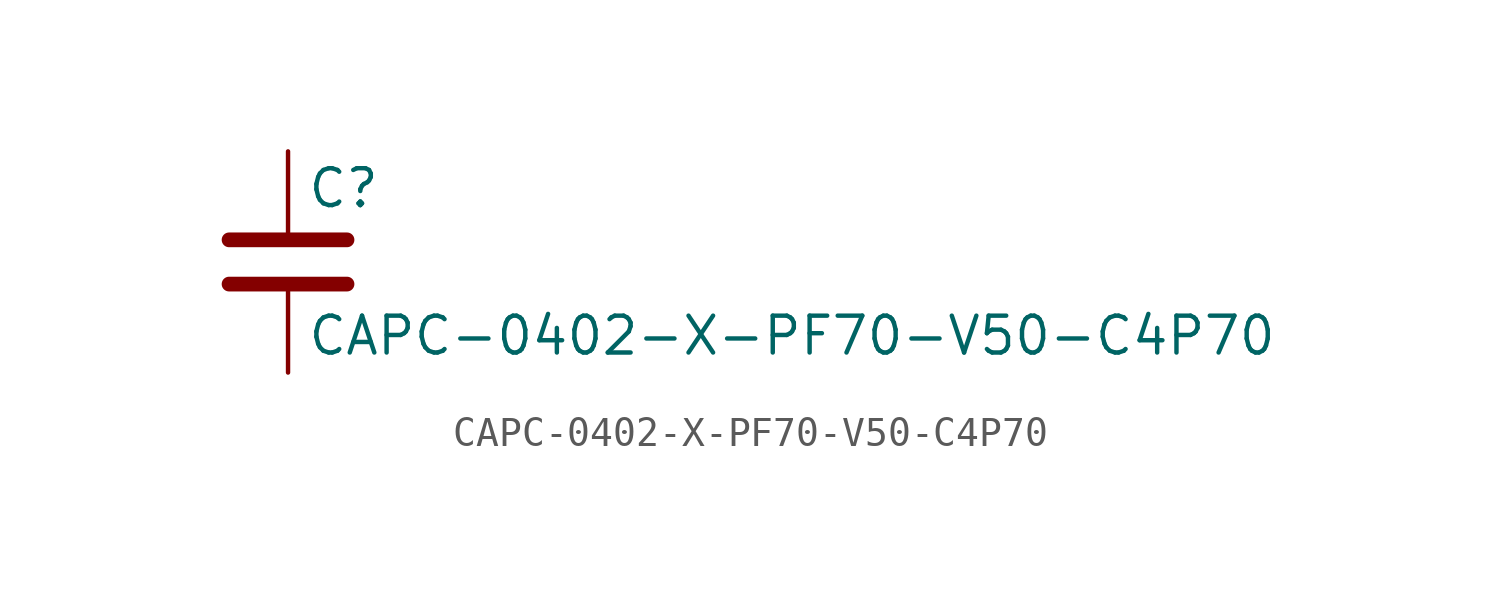
<source format=kicad_sym>
(kicad_symbol_lib
  (version 20211014)
  (generator kicad_symbol_editor)
  (symbol "CAPC-0402-X-PF70-V50-C4P70"
    (pin_numbers hide)
    (pin_names
      (offset 0.254))
    (property "Reference" "C"
      (at 0.635 2.54 0)
      (effects (font (size 1.27 1.27)) (justify left)))
    (property "Value" "CAPC-0402-X-PF70-V50-C4P70"
      (at 0.635 -2.54 0)
      (effects (font (size 1.27 1.27)) (justify left)))
    (symbol "CAPC-0402-X-PF70-V50-C4P70_0_1"
      (polyline (pts (xy -2.032 -0.762) (xy 2.032 -0.762)) (stroke (width 0.508) (type default) (color 0 0 0 0)) (fill (type none)))
      (polyline (pts (xy -2.032 0.762) (xy 2.032 0.762)) (stroke (width 0.508) (type default) (color 0 0 0 0)) (fill (type none))))
    (symbol "CAPC-0402-X-PF70-V50-C4P70_1_1"
      (pin passive line (at 0 3.81 270) (length 2.794) (name "~" (effects (font (size 1.27 1.27)))) (number "1" (effects (font (size 1.27 1.27)))))
      (pin passive line (at 0 -3.81 90) (length 2.794) (name "~" (effects (font (size 1.27 1.27)))) (number "2" (effects (font (size 1.27 1.27))))))))
</source>
